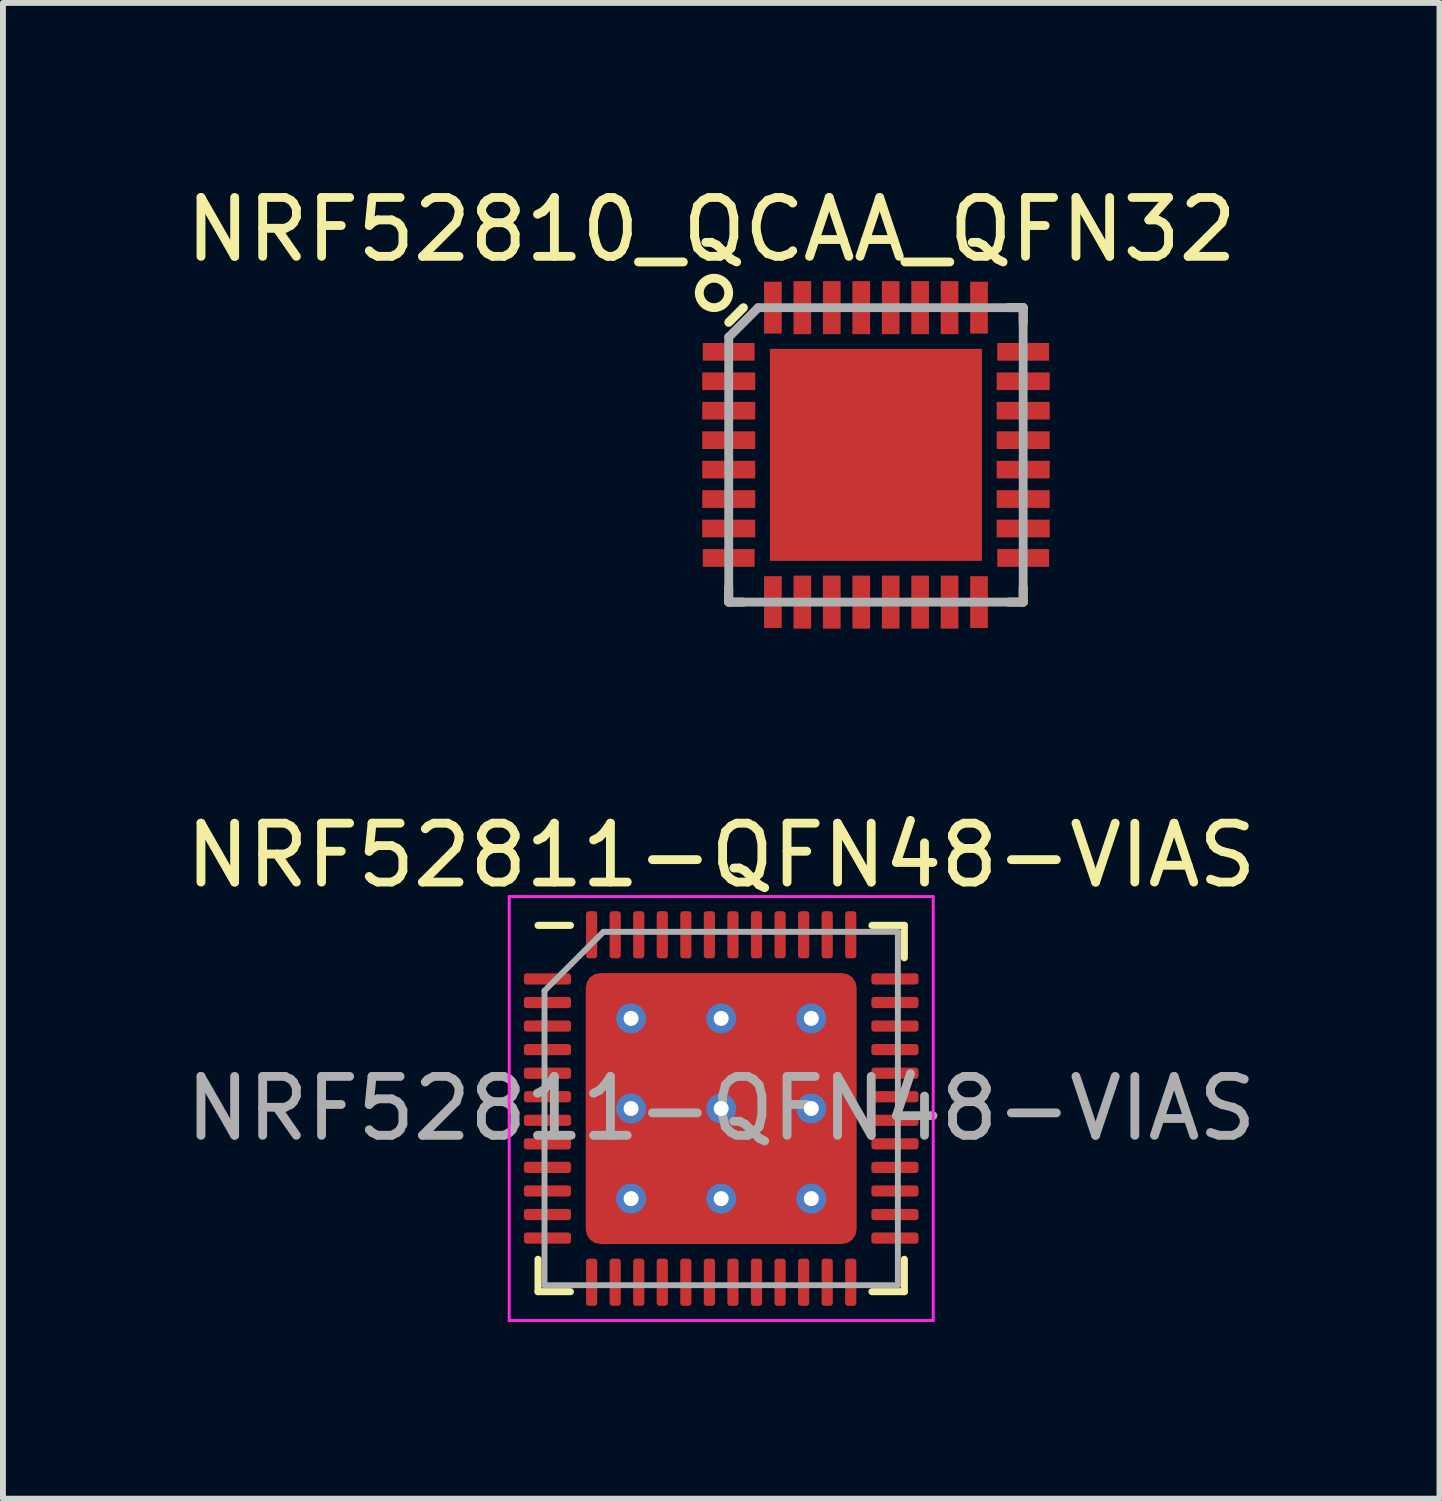
<source format=kicad_pcb>
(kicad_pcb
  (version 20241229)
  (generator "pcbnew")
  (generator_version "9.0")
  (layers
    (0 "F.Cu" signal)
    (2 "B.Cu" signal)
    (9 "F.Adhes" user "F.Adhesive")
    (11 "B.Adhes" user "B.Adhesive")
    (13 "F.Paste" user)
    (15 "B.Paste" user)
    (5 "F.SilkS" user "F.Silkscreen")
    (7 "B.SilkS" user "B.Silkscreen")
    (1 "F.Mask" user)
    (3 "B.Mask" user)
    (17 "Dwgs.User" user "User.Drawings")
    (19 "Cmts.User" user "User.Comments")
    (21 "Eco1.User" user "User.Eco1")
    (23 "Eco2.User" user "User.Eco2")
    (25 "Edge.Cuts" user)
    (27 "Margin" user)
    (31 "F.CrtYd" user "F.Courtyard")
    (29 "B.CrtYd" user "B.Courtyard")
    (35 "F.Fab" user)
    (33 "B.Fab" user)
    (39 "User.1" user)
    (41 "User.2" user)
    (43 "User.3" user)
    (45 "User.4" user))
  (footprint "NRF52811-QFN48-VIAS"
    (layer "F.Cu")
    (at 9.196 15.773)
    (property "Reference" "NRF52811-QFN48-VIAS" (at 0 -4.3 0) (layer "F.SilkS") (effects (font (size 1 1) (thickness 0.15))))
    (attr smd)
    (fp_line (start -3.11 3.11) (end -3.11 2.56) (stroke (width 0.12) (type solid)) (layer "F.SilkS"))
    (fp_line (start -2.56 -3.11) (end -3.11 -3.11) (stroke (width 0.12) (type solid)) (layer "F.SilkS"))
    (fp_line (start -2.56 3.11) (end -3.11 3.11) (stroke (width 0.12) (type solid)) (layer "F.SilkS"))
    (fp_line (start 2.56 -3.11) (end 3.11 -3.11) (stroke (width 0.12) (type solid)) (layer "F.SilkS"))
    (fp_line (start 2.56 3.11) (end 3.11 3.11) (stroke (width 0.12) (type solid)) (layer "F.SilkS"))
    (fp_line (start 3.11 -3.11) (end 3.11 -2.56) (stroke (width 0.12) (type solid)) (layer "F.SilkS"))
    (fp_line (start 3.11 3.11) (end 3.11 2.56) (stroke (width 0.12) (type solid)) (layer "F.SilkS"))
    (fp_line (start -3.6 -3.6) (end -3.6 3.6) (stroke (width 0.05) (type solid)) (layer "F.CrtYd"))
    (fp_line (start -3.6 3.6) (end 3.6 3.6) (stroke (width 0.05) (type solid)) (layer "F.CrtYd"))
    (fp_line (start 3.6 -3.6) (end -3.6 -3.6) (stroke (width 0.05) (type solid)) (layer "F.CrtYd"))
    (fp_line (start 3.6 3.6) (end 3.6 -3.6) (stroke (width 0.05) (type solid)) (layer "F.CrtYd"))
    (fp_line (start -3 -2) (end -2 -3) (stroke (width 0.1) (type solid)) (layer "F.Fab"))
    (fp_line (start -3 3) (end -3 -2) (stroke (width 0.1) (type solid)) (layer "F.Fab"))
    (fp_line (start -2 -3) (end 3 -3) (stroke (width 0.1) (type solid)) (layer "F.Fab"))
    (fp_line (start 3 -3) (end 3 3) (stroke (width 0.1) (type solid)) (layer "F.Fab"))
    (fp_line (start 3 3) (end -3 3) (stroke (width 0.1) (type solid)) (layer "F.Fab"))
    (fp_text user "${REFERENCE}" (at 0 0 0) (layer "F.Fab") (effects (font (size 1 1) (thickness 0.15))))
    (pad "" smd roundrect (at -1.53 -1.53) (size 1.24 1.24) (layers "F.Paste") (roundrect_rratio 0.202))
    (pad "" smd roundrect (at -1.53 0) (size 1.24 1.24) (layers "F.Paste") (roundrect_rratio 0.202))
    (pad "" smd roundrect (at -1.53 1.53) (size 1.24 1.24) (layers "F.Paste") (roundrect_rratio 0.202))
    (pad "" smd roundrect (at 0 -1.53) (size 1.24 1.24) (layers "F.Paste") (roundrect_rratio 0.202))
    (pad "" smd roundrect (at 0 0) (size 1.24 1.24) (layers "F.Paste") (roundrect_rratio 0.202))
    (pad "" smd roundrect (at 0 1.53) (size 1.24 1.24) (layers "F.Paste") (roundrect_rratio 0.202))
    (pad "" smd roundrect (at 1.53 -1.53) (size 1.24 1.24) (layers "F.Paste") (roundrect_rratio 0.202))
    (pad "" smd roundrect (at 1.53 0) (size 1.24 1.24) (layers "F.Paste") (roundrect_rratio 0.202))
    (pad "" smd roundrect (at 1.53 1.53) (size 1.24 1.24) (layers "F.Paste") (roundrect_rratio 0.202))
    (pad "1" smd roundrect (at -2.95 -2.2) (size 0.8 0.19) (layers "F.Cu" "F.Mask" "F.Paste") (roundrect_rratio 0.25))
    (pad "2" smd roundrect (at -2.95 -1.8) (size 0.8 0.19) (layers "F.Cu" "F.Mask" "F.Paste") (roundrect_rratio 0.25))
    (pad "3" smd roundrect (at -2.95 -1.4) (size 0.8 0.19) (layers "F.Cu" "F.Mask" "F.Paste") (roundrect_rratio 0.25))
    (pad "4" smd roundrect (at -2.95 -1) (size 0.8 0.19) (layers "F.Cu" "F.Mask" "F.Paste") (roundrect_rratio 0.25))
    (pad "5" smd roundrect (at -2.95 -0.6) (size 0.8 0.19) (layers "F.Cu" "F.Mask" "F.Paste") (roundrect_rratio 0.25))
    (pad "6" smd roundrect (at -2.95 -0.2) (size 0.8 0.19) (layers "F.Cu" "F.Mask" "F.Paste") (roundrect_rratio 0.25))
    (pad "7" smd roundrect (at -2.95 0.2) (size 0.8 0.19) (layers "F.Cu" "F.Mask" "F.Paste") (roundrect_rratio 0.25))
    (pad "8" smd roundrect (at -2.95 0.6) (size 0.8 0.19) (layers "F.Cu" "F.Mask" "F.Paste") (roundrect_rratio 0.25))
    (pad "9" smd roundrect (at -2.95 1) (size 0.8 0.19) (layers "F.Cu" "F.Mask" "F.Paste") (roundrect_rratio 0.25))
    (pad "10" smd roundrect (at -2.95 1.4) (size 0.8 0.19) (layers "F.Cu" "F.Mask" "F.Paste") (roundrect_rratio 0.25))
    (pad "11" smd roundrect (at -2.95 1.8) (size 0.8 0.19) (layers "F.Cu" "F.Mask" "F.Paste") (roundrect_rratio 0.25))
    (pad "12" smd roundrect (at -2.95 2.2) (size 0.8 0.19) (layers "F.Cu" "F.Mask" "F.Paste") (roundrect_rratio 0.25))
    (pad "13" smd roundrect (at -2.2 2.95) (size 0.19 0.8) (layers "F.Cu" "F.Mask" "F.Paste") (roundrect_rratio 0.25))
    (pad "14" smd roundrect (at -1.8 2.95) (size 0.19 0.8) (layers "F.Cu" "F.Mask" "F.Paste") (roundrect_rratio 0.25))
    (pad "15" smd roundrect (at -1.4 2.95) (size 0.19 0.8) (layers "F.Cu" "F.Mask" "F.Paste") (roundrect_rratio 0.25))
    (pad "16" smd roundrect (at -1 2.95) (size 0.19 0.8) (layers "F.Cu" "F.Mask" "F.Paste") (roundrect_rratio 0.25))
    (pad "17" smd roundrect (at -0.6 2.95) (size 0.19 0.8) (layers "F.Cu" "F.Mask" "F.Paste") (roundrect_rratio 0.25))
    (pad "18" smd roundrect (at -0.2 2.95) (size 0.19 0.8) (layers "F.Cu" "F.Mask" "F.Paste") (roundrect_rratio 0.25))
    (pad "19" smd roundrect (at 0.2 2.95) (size 0.19 0.8) (layers "F.Cu" "F.Mask" "F.Paste") (roundrect_rratio 0.25))
    (pad "20" smd roundrect (at 0.6 2.95) (size 0.19 0.8) (layers "F.Cu" "F.Mask" "F.Paste") (roundrect_rratio 0.25))
    (pad "21" smd roundrect (at 1 2.95) (size 0.19 0.8) (layers "F.Cu" "F.Mask" "F.Paste") (roundrect_rratio 0.25))
    (pad "22" smd roundrect (at 1.4 2.95) (size 0.19 0.8) (layers "F.Cu" "F.Mask" "F.Paste") (roundrect_rratio 0.25))
    (pad "23" smd roundrect (at 1.8 2.95) (size 0.19 0.8) (layers "F.Cu" "F.Mask" "F.Paste") (roundrect_rratio 0.25))
    (pad "24" smd roundrect (at 2.2 2.95) (size 0.19 0.8) (layers "F.Cu" "F.Mask" "F.Paste") (roundrect_rratio 0.25))
    (pad "25" smd roundrect (at 2.95 2.2) (size 0.8 0.19) (layers "F.Cu" "F.Mask" "F.Paste") (roundrect_rratio 0.25))
    (pad "26" smd roundrect (at 2.95 1.8) (size 0.8 0.19) (layers "F.Cu" "F.Mask" "F.Paste") (roundrect_rratio 0.25))
    (pad "27" smd roundrect (at 2.95 1.4) (size 0.8 0.19) (layers "F.Cu" "F.Mask" "F.Paste") (roundrect_rratio 0.25))
    (pad "28" smd roundrect (at 2.95 1) (size 0.8 0.19) (layers "F.Cu" "F.Mask" "F.Paste") (roundrect_rratio 0.25))
    (pad "29" smd roundrect (at 2.95 0.6) (size 0.8 0.19) (layers "F.Cu" "F.Mask" "F.Paste") (roundrect_rratio 0.25))
    (pad "30" smd roundrect (at 2.95 0.2) (size 0.8 0.19) (layers "F.Cu" "F.Mask" "F.Paste") (roundrect_rratio 0.25))
    (pad "31" smd roundrect (at 2.95 -0.2) (size 0.8 0.19) (layers "F.Cu" "F.Mask" "F.Paste") (roundrect_rratio 0.25))
    (pad "32" smd roundrect (at 2.95 -0.6) (size 0.8 0.19) (layers "F.Cu" "F.Mask" "F.Paste") (roundrect_rratio 0.25))
    (pad "33" smd roundrect (at 2.95 -1) (size 0.8 0.19) (layers "F.Cu" "F.Mask" "F.Paste") (roundrect_rratio 0.25))
    (pad "34" smd roundrect (at 2.95 -1.4) (size 0.8 0.19) (layers "F.Cu" "F.Mask" "F.Paste") (roundrect_rratio 0.25))
    (pad "35" smd roundrect (at 2.95 -1.8) (size 0.8 0.19) (layers "F.Cu" "F.Mask" "F.Paste") (roundrect_rratio 0.25))
    (pad "36" smd roundrect (at 2.95 -2.2) (size 0.8 0.19) (layers "F.Cu" "F.Mask" "F.Paste") (roundrect_rratio 0.25))
    (pad "37" smd roundrect (at 2.2 -2.95) (size 0.19 0.8) (layers "F.Cu" "F.Mask" "F.Paste") (roundrect_rratio 0.25))
    (pad "38" smd roundrect (at 1.8 -2.95) (size 0.19 0.8) (layers "F.Cu" "F.Mask" "F.Paste") (roundrect_rratio 0.25))
    (pad "39" smd roundrect (at 1.4 -2.95) (size 0.19 0.8) (layers "F.Cu" "F.Mask" "F.Paste") (roundrect_rratio 0.25))
    (pad "40" smd roundrect (at 1 -2.95) (size 0.19 0.8) (layers "F.Cu" "F.Mask" "F.Paste") (roundrect_rratio 0.25))
    (pad "41" smd roundrect (at 0.6 -2.95) (size 0.19 0.8) (layers "F.Cu" "F.Mask" "F.Paste") (roundrect_rratio 0.25))
    (pad "42" smd roundrect (at 0.2 -2.95) (size 0.19 0.8) (layers "F.Cu" "F.Mask" "F.Paste") (roundrect_rratio 0.25))
    (pad "43" smd roundrect (at -0.2 -2.95) (size 0.19 0.8) (layers "F.Cu" "F.Mask" "F.Paste") (roundrect_rratio 0.25))
    (pad "44" smd roundrect (at -0.6 -2.95) (size 0.19 0.8) (layers "F.Cu" "F.Mask" "F.Paste") (roundrect_rratio 0.25))
    (pad "45" smd roundrect (at -1 -2.95) (size 0.19 0.8) (layers "F.Cu" "F.Mask" "F.Paste") (roundrect_rratio 0.25))
    (pad "46" smd roundrect (at -1.4 -2.95) (size 0.19 0.8) (layers "F.Cu" "F.Mask" "F.Paste") (roundrect_rratio 0.25))
    (pad "47" smd roundrect (at -1.8 -2.95) (size 0.19 0.8) (layers "F.Cu" "F.Mask" "F.Paste") (roundrect_rratio 0.25))
    (pad "48" smd roundrect (at -2.2 -2.95) (size 0.19 0.8) (layers "F.Cu" "F.Mask" "F.Paste") (roundrect_rratio 0.25))
    (pad "49" thru_hole circle (at -1.53 -1.53) (size 0.508 0.508) (drill 0.254) (layers "*.Cu"))
    (pad "49" thru_hole circle (at -1.53 0) (size 0.508 0.508) (drill 0.254) (layers "*.Cu"))
    (pad "49" thru_hole circle (at -1.53 1.53) (size 0.508 0.508) (drill 0.254) (layers "*.Cu"))
    (pad "49" thru_hole circle (at 0 -1.53) (size 0.508 0.508) (drill 0.254) (layers "*.Cu"))
    (pad "49" thru_hole circle (at 0 0) (size 0.508 0.508) (drill 0.254) (layers "*.Cu"))
    (pad "49" smd roundrect (at 0 0) (size 4.6 4.6) (layers "F.Cu" "F.Mask") (roundrect_rratio 0.054))
    (pad "49" thru_hole circle (at 0 1.53) (size 0.508 0.508) (drill 0.254) (layers "*.Cu"))
    (pad "49" thru_hole circle (at 1.53 -1.53) (size 0.508 0.508) (drill 0.254) (layers "*.Cu"))
    (pad "49" thru_hole circle (at 1.53 0) (size 0.508 0.508) (drill 0.254) (layers "*.Cu"))
    (pad "49" thru_hole circle (at 1.53 1.53) (size 0.508 0.508) (drill 0.254) (layers "*.Cu")))
  (footprint "NRF52810_QCAA_QFN32"
    (layer "F.Cu")
    (at 11.824 4.674)
    (property "Reference" "NRF52810_QCAA_QFN32" (at -2.794 -3.826 0) (layer "F.SilkS") (effects (font (size 1 1) (thickness 0.15))))
    (attr through_hole)
    (fp_line (start -2.5 -2.25) (end -2.25 -2.5) (stroke (width 0.15) (type solid)) (layer "F.SilkS"))
    (fp_line (start -2.5 2.5) (end -2.5 2.25) (stroke (width 0.15) (type solid)) (layer "F.SilkS"))
    (fp_line (start -2.25 2.5) (end -2.5 2.5) (stroke (width 0.15) (type solid)) (layer "F.SilkS"))
    (fp_line (start 2.25 -2.5) (end 2.5 -2.5) (stroke (width 0.15) (type solid)) (layer "F.SilkS"))
    (fp_line (start 2.25 2.5) (end 2.5 2.5) (stroke (width 0.15) (type solid)) (layer "F.SilkS"))
    (fp_line (start 2.5 -2.5) (end 2.5 -2.25) (stroke (width 0.15) (type solid)) (layer "F.SilkS"))
    (fp_line (start 2.5 2.5) (end 2.5 2.25) (stroke (width 0.15) (type solid)) (layer "F.SilkS"))
    (fp_circle (center -2.75 -2.75) (end -2.75 -2.5) (stroke (width 0.15) (type solid)) (fill no) (layer "F.SilkS"))
    (fp_line (start -2.5 -2) (end -2.5 2.5) (stroke (width 0.15) (type solid)) (layer "F.Fab"))
    (fp_line (start -2.5 2.5) (end 2.5 2.5) (stroke (width 0.15) (type solid)) (layer "F.Fab"))
    (fp_line (start -2 -2.5) (end -2.5 -2) (stroke (width 0.15) (type solid)) (layer "F.Fab"))
    (fp_line (start 2.5 -2.5) (end -2 -2.5) (stroke (width 0.15) (type solid)) (layer "F.Fab"))
    (fp_line (start 2.5 2.5) (end 2.5 -2.5) (stroke (width 0.15) (type solid)) (layer "F.Fab"))
    (pad "1" smd rect (at -2.5 -1.75) (size 0.88 0.3) (layers "F.Cu" "F.Mask" "F.Paste"))
    (pad "2" smd rect (at -2.5 -1.25) (size 0.9 0.3) (layers "F.Cu" "F.Mask" "F.Paste"))
    (pad "3" smd rect (at -2.5 -0.75) (size 0.9 0.3) (layers "F.Cu" "F.Mask" "F.Paste"))
    (pad "4" smd rect (at -2.5 -0.25) (size 0.9 0.3) (layers "F.Cu" "F.Mask" "F.Paste"))
    (pad "5" smd rect (at -2.5 0.25) (size 0.9 0.3) (layers "F.Cu" "F.Mask" "F.Paste"))
    (pad "6" smd rect (at -2.5 0.75) (size 0.9 0.3) (layers "F.Cu" "F.Mask" "F.Paste"))
    (pad "7" smd rect (at -2.5 1.25) (size 0.9 0.3) (layers "F.Cu" "F.Mask" "F.Paste"))
    (pad "8" smd rect (at -2.5 1.75) (size 0.88 0.3) (layers "F.Cu" "F.Mask" "F.Paste"))
    (pad "9" smd rect (at -1.75 2.5 90) (size 0.88 0.3) (layers "F.Cu" "F.Mask" "F.Paste"))
    (pad "10" smd rect (at -1.25 2.5 90) (size 0.9 0.3) (layers "F.Cu" "F.Mask" "F.Paste"))
    (pad "11" smd rect (at -0.75 2.5 90) (size 0.9 0.3) (layers "F.Cu" "F.Mask" "F.Paste"))
    (pad "12" smd rect (at -0.25 2.5 90) (size 0.9 0.3) (layers "F.Cu" "F.Mask" "F.Paste"))
    (pad "13" smd rect (at 0.25 2.5 90) (size 0.9 0.3) (layers "F.Cu" "F.Mask" "F.Paste"))
    (pad "14" smd rect (at 0.75 2.5 90) (size 0.9 0.3) (layers "F.Cu" "F.Mask" "F.Paste"))
    (pad "15" smd rect (at 1.25 2.5 90) (size 0.9 0.3) (layers "F.Cu" "F.Mask" "F.Paste"))
    (pad "16" smd rect (at 1.75 2.5 90) (size 0.88 0.3) (layers "F.Cu" "F.Mask" "F.Paste"))
    (pad "17" smd rect (at 2.5 1.75) (size 0.88 0.3) (layers "F.Cu" "F.Mask" "F.Paste"))
    (pad "18" smd rect (at 2.5 1.25) (size 0.9 0.3) (layers "F.Cu" "F.Mask" "F.Paste"))
    (pad "19" smd rect (at 2.5 0.75) (size 0.9 0.3) (layers "F.Cu" "F.Mask" "F.Paste"))
    (pad "20" smd rect (at 2.5 0.25) (size 0.9 0.3) (layers "F.Cu" "F.Mask" "F.Paste"))
    (pad "21" smd rect (at 2.5 -0.25) (size 0.9 0.3) (layers "F.Cu" "F.Mask" "F.Paste"))
    (pad "22" smd rect (at 2.5 -0.75) (size 0.9 0.3) (layers "F.Cu" "F.Mask" "F.Paste"))
    (pad "23" smd rect (at 2.5 -1.25) (size 0.9 0.3) (layers "F.Cu" "F.Mask" "F.Paste"))
    (pad "24" smd rect (at 2.5 -1.75) (size 0.88 0.3) (layers "F.Cu" "F.Mask" "F.Paste"))
    (pad "25" smd rect (at 1.75 -2.5 90) (size 0.88 0.3) (layers "F.Cu" "F.Mask" "F.Paste"))
    (pad "26" smd rect (at 1.25 -2.5 90) (size 0.9 0.3) (layers "F.Cu" "F.Mask" "F.Paste"))
    (pad "27" smd rect (at 0.75 -2.5 90) (size 0.9 0.3) (layers "F.Cu" "F.Mask" "F.Paste"))
    (pad "28" smd rect (at 0.25 -2.5 90) (size 0.9 0.3) (layers "F.Cu" "F.Mask" "F.Paste"))
    (pad "29" smd rect (at -1 -1) (size 0.8 0.8) (layers "F.Cu" "F.Paste"))
    (pad "29" smd rect (at -1 0) (size 0.8 0.8) (layers "F.Cu" "F.Paste"))
    (pad "29" smd rect (at -1 1) (size 0.8 0.8) (layers "F.Cu" "F.Paste"))
    (pad "29" smd rect (at -0.25 -2.5 90) (size 0.9 0.3) (layers "F.Cu" "F.Mask" "F.Paste"))
    (pad "29" smd rect (at 0 -1) (size 0.8 0.8) (layers "F.Cu" "F.Paste"))
    (pad "29" smd rect (at 0 0) (size 0.8 0.8) (layers "F.Cu" "F.Paste"))
    (pad "29" smd rect (at 0 0) (size 3.6 3.6) (layers "F.Cu" "F.Mask"))
    (pad "29" smd rect (at 0 1) (size 0.8 0.8) (layers "F.Cu" "F.Paste"))
    (pad "29" smd rect (at 1 -1) (size 0.8 0.8) (layers "F.Cu" "F.Paste"))
    (pad "29" smd rect (at 1 0) (size 0.8 0.8) (layers "F.Cu" "F.Paste"))
    (pad "29" smd rect (at 1 1) (size 0.8 0.8) (layers "F.Cu" "F.Paste"))
    (pad "30" smd rect (at -0.75 -2.5 90) (size 0.9 0.3) (layers "F.Cu" "F.Mask" "F.Paste"))
    (pad "31" smd rect (at -1.25 -2.5 90) (size 0.9 0.3) (layers "F.Cu" "F.Mask" "F.Paste"))
    (pad "32" smd rect (at -1.75 -2.5 90) (size 0.88 0.3) (layers "F.Cu" "F.Mask" "F.Paste")))
  (gr_rect
    (start -3 -3)
    (end 21.393 22.398)
    (stroke (width 0.1) (type default))
    (fill no)
    (layer "Edge.Cuts")))
</source>
